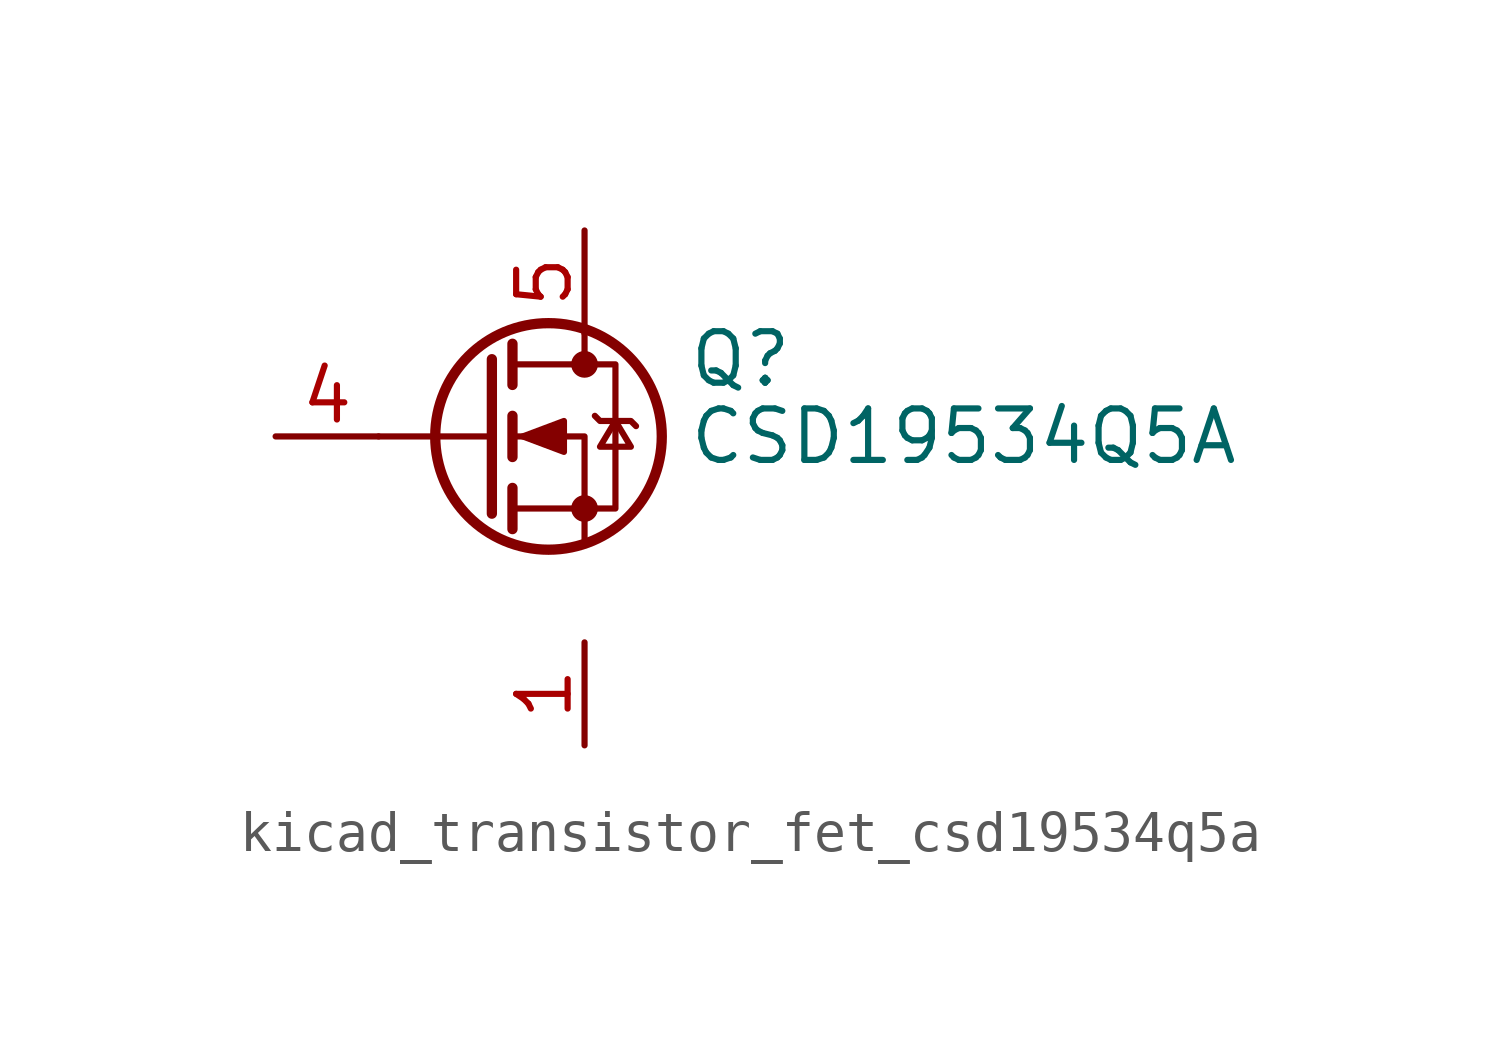
<source format=kicad_sym>
(kicad_symbol_lib
  (version 20220914)
  (generator kicad_symbol_editor)
  (symbol "kicad_transistor_fet_csd19534q5a"
    (pin_names hide)
    (property "Reference" "Q"
      (at 5.08 1.905 0)
      (effects (font (size 1.27 1.27)) (justify left)))
    (property "Value" "CSD19534Q5A"
      (at 5.08 0 0)
      (effects (font (size 1.27 1.27)) (justify left)))
    (symbol "kicad_transistor_fet_csd19534q5a_0_1"
      (polyline (pts (xy 0.254 0) (xy -2.54 0)) (stroke (width 0) (type default)) (fill (type none)))
      (polyline (pts (xy 0.254 1.905) (xy 0.254 -1.905)) (stroke (width 0.254) (type default)) (fill (type none)))
      (polyline (pts (xy 0.762 -1.27) (xy 0.762 -2.286)) (stroke (width 0.254) (type default)) (fill (type none)))
      (polyline (pts (xy 0.762 0.508) (xy 0.762 -0.508)) (stroke (width 0.254) (type default)) (fill (type none)))
      (polyline (pts (xy 0.762 2.286) (xy 0.762 1.27)) (stroke (width 0.254) (type default)) (fill (type none)))
      (polyline (pts (xy 2.54 2.54) (xy 2.54 1.778)) (stroke (width 0) (type default)) (fill (type none)))
      (polyline (pts (xy 2.54 -2.54) (xy 2.54 0) (xy 0.762 0)) (stroke (width 0) (type default)) (fill (type none)))
      (polyline (pts (xy 0.762 -1.778) (xy 3.302 -1.778) (xy 3.302 1.778) (xy 0.762 1.778)) (stroke (width 0) (type default)) (fill (type none)))
      (polyline (pts (xy 1.016 0) (xy 2.032 0.381) (xy 2.032 -0.381) (xy 1.016 0)) (stroke (width 0) (type default)) (fill (type outline)))
      (polyline (pts (xy 2.794 0.508) (xy 2.921 0.381) (xy 3.683 0.381) (xy 3.81 0.254)) (stroke (width 0) (type default)) (fill (type none)))
      (polyline (pts (xy 3.302 0.381) (xy 2.921 -0.254) (xy 3.683 -0.254) (xy 3.302 0.381)) (stroke (width 0) (type default)) (fill (type none)))
      (circle (center 1.651 0) (radius 2.794) (stroke (width 0.254) (type default)) (fill (type none)))
      (circle (center 2.54 -1.778) (radius 0.254) (stroke (width 0) (type default)) (fill (type outline)))
      (circle (center 2.54 1.778) (radius 0.254) (stroke (width 0) (type default)) (fill (type outline))))
    (symbol "kicad_transistor_fet_csd19534q5a_1_1"
      (pin passive line (at 2.54 -5.08 270) (length 2.54) (name "S" (effects (font (size 1.27 1.27)))) (number "1" (effects (font (size 1.27 1.27)))))
      (pin passive line (at 2.54 -5.08 270) (length 2.54) hide (name "S" (effects (font (size 1.27 1.27)))) (number "2" (effects (font (size 1.27 1.27)))))
      (pin passive line (at 2.54 -5.08 90) (length 2.54) hide (name "S" (effects (font (size 1.27 1.27)))) (number "3" (effects (font (size 1.27 1.27)))))
      (pin passive line (at -5.08 0 0) (length 2.54) (name "G" (effects (font (size 1.27 1.27)))) (number "4" (effects (font (size 1.27 1.27)))))
      (pin passive line (at 2.54 5.08 270) (length 2.54) (name "D" (effects (font (size 1.27 1.27)))) (number "5" (effects (font (size 1.27 1.27))))))))
</source>
